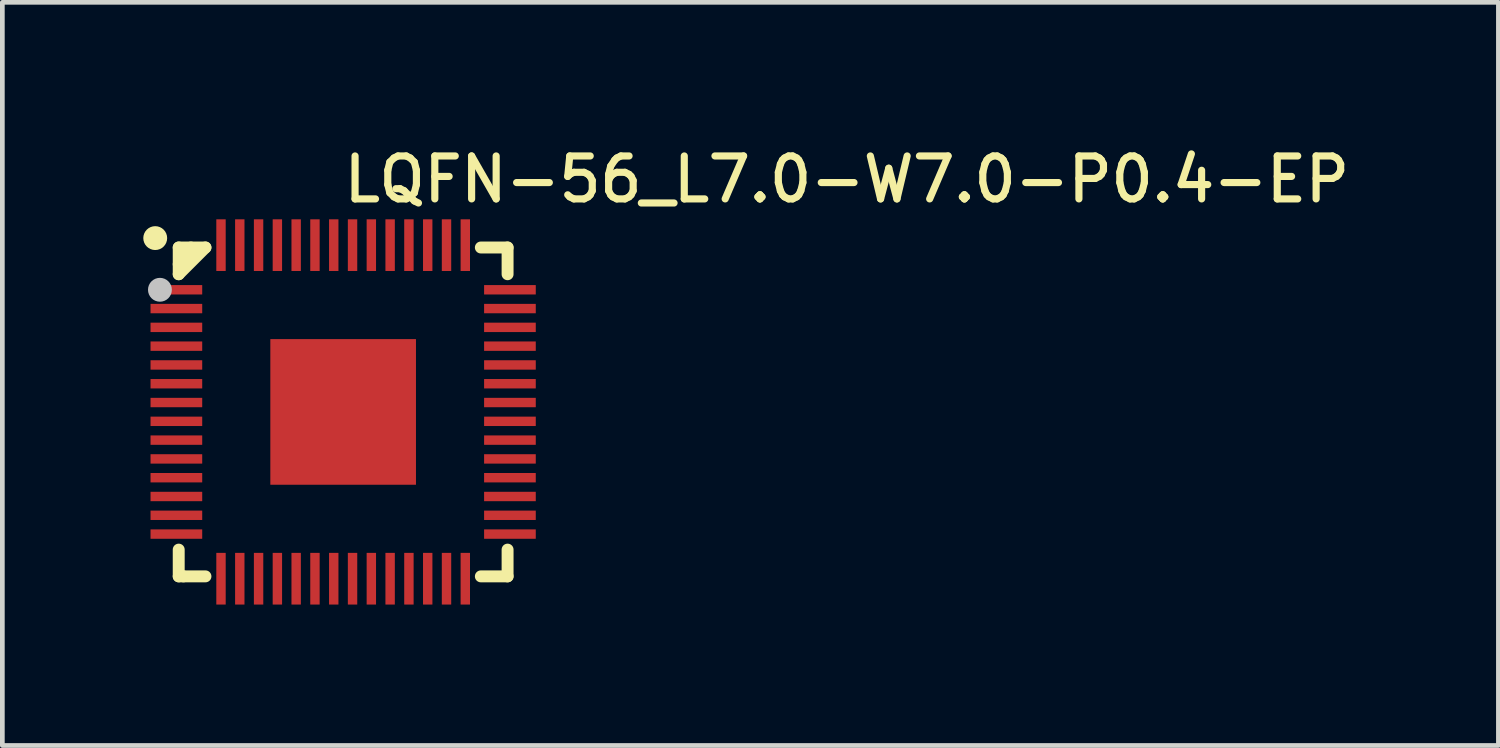
<source format=kicad_pcb>
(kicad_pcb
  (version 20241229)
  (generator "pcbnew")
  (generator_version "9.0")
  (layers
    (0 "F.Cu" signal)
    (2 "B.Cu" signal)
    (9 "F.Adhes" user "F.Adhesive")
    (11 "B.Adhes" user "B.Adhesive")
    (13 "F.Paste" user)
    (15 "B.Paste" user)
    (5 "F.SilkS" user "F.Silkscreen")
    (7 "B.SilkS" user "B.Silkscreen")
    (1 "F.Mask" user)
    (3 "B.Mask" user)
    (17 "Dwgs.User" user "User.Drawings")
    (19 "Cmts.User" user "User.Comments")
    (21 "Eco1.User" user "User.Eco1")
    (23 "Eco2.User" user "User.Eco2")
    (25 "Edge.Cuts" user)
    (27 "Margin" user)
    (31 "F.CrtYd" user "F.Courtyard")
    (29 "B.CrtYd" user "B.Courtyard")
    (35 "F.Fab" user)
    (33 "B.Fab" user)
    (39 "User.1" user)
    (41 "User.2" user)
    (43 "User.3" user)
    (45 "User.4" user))
  (footprint "LQFN-56_L7.0-W7.0-P0.4-EP"
    (layer "F.Cu")
    (at 4.254 5.718)
    (property "Reference" "LQFN-56_L7.0-W7.0-P0.4-EP" (at -0.064 -5.484 0) (layer "F.SilkS") (effects (font (size 0.914 0.914) (thickness 0.152)) (justify left top)))
    (attr smd)
    (fp_line (start -3.5 -3.5) (end -2.931 -3.5) (stroke (width 0.254) (type default)) (layer "F.SilkS"))
    (fp_line (start -3.5 -2.931) (end -3.5 -3.5) (stroke (width 0.254) (type default)) (layer "F.SilkS"))
    (fp_line (start -3.5 -2.931) (end -2.931 -3.5) (stroke (width 0.254) (type default)) (layer "F.SilkS"))
    (fp_line (start -3.5 3.5) (end -3.5 2.931) (stroke (width 0.254) (type default)) (layer "F.SilkS"))
    (fp_line (start -3.4 3.5) (end -3.5 3.5) (stroke (width 0.254) (type default)) (layer "F.SilkS"))
    (fp_line (start -3.241 -3.5) (end -3.241 -3.403) (stroke (width 0.254) (type default)) (layer "F.SilkS"))
    (fp_line (start -3.241 -3.403) (end -3.5 -3.144) (stroke (width 0.254) (type default)) (layer "F.SilkS"))
    (fp_line (start -2.931 3.5) (end -3.4 3.5) (stroke (width 0.254) (type default)) (layer "F.SilkS"))
    (fp_line (start 2.931 -3.5) (end 3.5 -3.5) (stroke (width 0.254) (type default)) (layer "F.SilkS"))
    (fp_line (start 3.5 -3.5) (end 3.5 -2.931) (stroke (width 0.254) (type default)) (layer "F.SilkS"))
    (fp_line (start 3.5 2.931) (end 3.5 3.5) (stroke (width 0.254) (type default)) (layer "F.SilkS"))
    (fp_line (start 3.5 3.5) (end 2.931 3.5) (stroke (width 0.254) (type default)) (layer "F.SilkS"))
    (fp_circle (center -4 -3.7) (end -3.873 -3.7) (stroke (width 0.254) (type default)) (fill no) (layer "F.SilkS"))
    (fp_circle (center -3.9 -2.6) (end -3.773 -2.6) (stroke (width 0.254) (type default)) (fill no) (layer "Dwgs.User"))
    (fp_circle (center -3.5 -3.5) (end -3.47 -3.5) (stroke (width 0.06) (type default)) (fill no) (layer "User.5"))
    (pad "1" smd rect (at -3.55 -2.6) (size 1.1 0.2) (layers "F.Cu" "F.Mask" "F.Paste"))
    (pad "2" smd rect (at -3.55 -2.2) (size 1.1 0.2) (layers "F.Cu" "F.Mask" "F.Paste"))
    (pad "3" smd rect (at -3.55 -1.8) (size 1.1 0.2) (layers "F.Cu" "F.Mask" "F.Paste"))
    (pad "4" smd rect (at -3.55 -1.4) (size 1.1 0.2) (layers "F.Cu" "F.Mask" "F.Paste"))
    (pad "5" smd rect (at -3.55 -1) (size 1.1 0.2) (layers "F.Cu" "F.Mask" "F.Paste"))
    (pad "6" smd rect (at -3.55 -0.6) (size 1.1 0.2) (layers "F.Cu" "F.Mask" "F.Paste"))
    (pad "7" smd rect (at -3.55 -0.2) (size 1.1 0.2) (layers "F.Cu" "F.Mask" "F.Paste"))
    (pad "8" smd rect (at -3.55 0.2) (size 1.1 0.2) (layers "F.Cu" "F.Mask" "F.Paste"))
    (pad "9" smd rect (at -3.55 0.6) (size 1.1 0.2) (layers "F.Cu" "F.Mask" "F.Paste"))
    (pad "10" smd rect (at -3.55 1) (size 1.1 0.2) (layers "F.Cu" "F.Mask" "F.Paste"))
    (pad "11" smd rect (at -3.55 1.4) (size 1.1 0.2) (layers "F.Cu" "F.Mask" "F.Paste"))
    (pad "12" smd rect (at -3.55 1.8) (size 1.1 0.2) (layers "F.Cu" "F.Mask" "F.Paste"))
    (pad "13" smd rect (at -3.55 2.2) (size 1.1 0.2) (layers "F.Cu" "F.Mask" "F.Paste"))
    (pad "14" smd rect (at -3.55 2.6) (size 1.1 0.2) (layers "F.Cu" "F.Mask" "F.Paste"))
    (pad "15" smd rect (at -2.6 3.55 90) (size 1.1 0.2) (layers "F.Cu" "F.Mask" "F.Paste"))
    (pad "16" smd rect (at -2.2 3.55 90) (size 1.1 0.2) (layers "F.Cu" "F.Mask" "F.Paste"))
    (pad "17" smd rect (at -1.8 3.55 90) (size 1.1 0.2) (layers "F.Cu" "F.Mask" "F.Paste"))
    (pad "18" smd rect (at -1.4 3.55 90) (size 1.1 0.2) (layers "F.Cu" "F.Mask" "F.Paste"))
    (pad "19" smd rect (at -1 3.55 90) (size 1.1 0.2) (layers "F.Cu" "F.Mask" "F.Paste"))
    (pad "20" smd rect (at -0.6 3.55 90) (size 1.1 0.2) (layers "F.Cu" "F.Mask" "F.Paste"))
    (pad "21" smd rect (at -0.2 3.55 90) (size 1.1 0.2) (layers "F.Cu" "F.Mask" "F.Paste"))
    (pad "22" smd rect (at 0.2 3.55 90) (size 1.1 0.2) (layers "F.Cu" "F.Mask" "F.Paste"))
    (pad "23" smd rect (at 0.6 3.55 90) (size 1.1 0.2) (layers "F.Cu" "F.Mask" "F.Paste"))
    (pad "24" smd rect (at 1 3.55 90) (size 1.1 0.2) (layers "F.Cu" "F.Mask" "F.Paste"))
    (pad "25" smd rect (at 1.4 3.55 90) (size 1.1 0.2) (layers "F.Cu" "F.Mask" "F.Paste"))
    (pad "26" smd rect (at 1.8 3.55 90) (size 1.1 0.2) (layers "F.Cu" "F.Mask" "F.Paste"))
    (pad "27" smd rect (at 2.2 3.55 90) (size 1.1 0.2) (layers "F.Cu" "F.Mask" "F.Paste"))
    (pad "28" smd rect (at 2.6 3.55 90) (size 1.1 0.2) (layers "F.Cu" "F.Mask" "F.Paste"))
    (pad "29" smd rect (at 3.55 2.6 180) (size 1.1 0.2) (layers "F.Cu" "F.Mask" "F.Paste"))
    (pad "30" smd rect (at 3.55 2.2 180) (size 1.1 0.2) (layers "F.Cu" "F.Mask" "F.Paste"))
    (pad "31" smd rect (at 3.55 1.8 180) (size 1.1 0.2) (layers "F.Cu" "F.Mask" "F.Paste"))
    (pad "32" smd rect (at 3.55 1.4 180) (size 1.1 0.2) (layers "F.Cu" "F.Mask" "F.Paste"))
    (pad "33" smd rect (at 3.55 1 180) (size 1.1 0.2) (layers "F.Cu" "F.Mask" "F.Paste"))
    (pad "34" smd rect (at 3.55 0.6 180) (size 1.1 0.2) (layers "F.Cu" "F.Mask" "F.Paste"))
    (pad "35" smd rect (at 3.55 0.2 180) (size 1.1 0.2) (layers "F.Cu" "F.Mask" "F.Paste"))
    (pad "36" smd rect (at 3.55 -0.2 180) (size 1.1 0.2) (layers "F.Cu" "F.Mask" "F.Paste"))
    (pad "37" smd rect (at 3.55 -0.6 180) (size 1.1 0.2) (layers "F.Cu" "F.Mask" "F.Paste"))
    (pad "38" smd rect (at 3.55 -1 180) (size 1.1 0.2) (layers "F.Cu" "F.Mask" "F.Paste"))
    (pad "39" smd rect (at 3.55 -1.4 180) (size 1.1 0.2) (layers "F.Cu" "F.Mask" "F.Paste"))
    (pad "40" smd rect (at 3.55 -1.8 180) (size 1.1 0.2) (layers "F.Cu" "F.Mask" "F.Paste"))
    (pad "41" smd rect (at 3.55 -2.2 180) (size 1.1 0.2) (layers "F.Cu" "F.Mask" "F.Paste"))
    (pad "42" smd rect (at 3.55 -2.6 180) (size 1.1 0.2) (layers "F.Cu" "F.Mask" "F.Paste"))
    (pad "43" smd rect (at 2.6 -3.55 270) (size 1.1 0.2) (layers "F.Cu" "F.Mask" "F.Paste"))
    (pad "44" smd rect (at 2.2 -3.55 270) (size 1.1 0.2) (layers "F.Cu" "F.Mask" "F.Paste"))
    (pad "45" smd rect (at 1.8 -3.55 270) (size 1.1 0.2) (layers "F.Cu" "F.Mask" "F.Paste"))
    (pad "46" smd rect (at 1.4 -3.55 270) (size 1.1 0.2) (layers "F.Cu" "F.Mask" "F.Paste"))
    (pad "47" smd rect (at 1 -3.55 270) (size 1.1 0.2) (layers "F.Cu" "F.Mask" "F.Paste"))
    (pad "48" smd rect (at 0.6 -3.55 270) (size 1.1 0.2) (layers "F.Cu" "F.Mask" "F.Paste"))
    (pad "49" smd rect (at 0.2 -3.55 270) (size 1.1 0.2) (layers "F.Cu" "F.Mask" "F.Paste"))
    (pad "50" smd rect (at -0.2 -3.55 270) (size 1.1 0.2) (layers "F.Cu" "F.Mask" "F.Paste"))
    (pad "51" smd rect (at -0.6 -3.55 270) (size 1.1 0.2) (layers "F.Cu" "F.Mask" "F.Paste"))
    (pad "52" smd rect (at -1 -3.55 270) (size 1.1 0.2) (layers "F.Cu" "F.Mask" "F.Paste"))
    (pad "53" smd rect (at -1.4 -3.55 270) (size 1.1 0.2) (layers "F.Cu" "F.Mask" "F.Paste"))
    (pad "54" smd rect (at -1.8 -3.55 270) (size 1.1 0.2) (layers "F.Cu" "F.Mask" "F.Paste"))
    (pad "55" smd rect (at -2.2 -3.55 270) (size 1.1 0.2) (layers "F.Cu" "F.Mask" "F.Paste"))
    (pad "56" smd rect (at -2.6 -3.55 270) (size 1.1 0.2) (layers "F.Cu" "F.Mask" "F.Paste"))
    (pad "57" smd rect (at 0 -0.0001) (size 3.1 3.1) (layers "F.Cu" "F.Mask" "F.Paste"))
    (zone (net_name "") (layer "F.Paste") (hatch edge 0.5) (priority 100) (connect_pads yes) (min_thickness 0) (filled_areas_thickness no) (fill yes) (polygon (pts (xy 0.154 3.018) (xy 0.154 3.218) (xy 1.254 3.218) (xy 1.254 3.018))) (filled_polygon (layer "F.Paste") (island) (pts (xy 0.154 3.018) (xy 0.154 3.218) (xy 1.254 3.218) (xy 1.254 3.018))))
    (zone (net_name "") (layer "F.Paste") (hatch edge 0.5) (priority 100) (connect_pads yes) (min_thickness 0) (filled_areas_thickness no) (fill yes) (polygon (pts (xy 0.154 3.418) (xy 0.154 3.618) (xy 1.254 3.618) (xy 1.254 3.418))) (filled_polygon (layer "F.Paste") (island) (pts (xy 0.154 3.418) (xy 0.154 3.618) (xy 1.254 3.618) (xy 1.254 3.418))))
    (zone (net_name "") (layer "F.Paste") (hatch edge 0.5) (priority 100) (connect_pads yes) (min_thickness 0) (filled_areas_thickness no) (fill yes) (polygon (pts (xy 0.154 3.818) (xy 0.154 4.018) (xy 1.254 4.018) (xy 1.254 3.818))) (filled_polygon (layer "F.Paste") (island) (pts (xy 0.154 3.818) (xy 0.154 4.018) (xy 1.254 4.018) (xy 1.254 3.818))))
    (zone (net_name "") (layer "F.Paste") (hatch edge 0.5) (priority 100) (connect_pads yes) (min_thickness 0) (filled_areas_thickness no) (fill yes) (polygon (pts (xy 0.154 4.218) (xy 0.154 4.418) (xy 1.254 4.418) (xy 1.254 4.218))) (filled_polygon (layer "F.Paste") (island) (pts (xy 0.154 4.218) (xy 0.154 4.418) (xy 1.254 4.418) (xy 1.254 4.218))))
    (zone (net_name "") (layer "F.Paste") (hatch edge 0.5) (priority 100) (connect_pads yes) (min_thickness 0) (filled_areas_thickness no) (fill yes) (polygon (pts (xy 0.154 4.618) (xy 0.154 4.818) (xy 1.254 4.818) (xy 1.254 4.618))) (filled_polygon (layer "F.Paste") (island) (pts (xy 0.154 4.618) (xy 0.154 4.818) (xy 1.254 4.818) (xy 1.254 4.618))))
    (zone (net_name "") (layer "F.Paste") (hatch edge 0.5) (priority 100) (connect_pads yes) (min_thickness 0) (filled_areas_thickness no) (fill yes) (polygon (pts (xy 0.154 5.018) (xy 0.154 5.218) (xy 1.254 5.218) (xy 1.254 5.018))) (filled_polygon (layer "F.Paste") (island) (pts (xy 0.154 5.018) (xy 0.154 5.218) (xy 1.254 5.218) (xy 1.254 5.018))))
    (zone (net_name "") (layer "F.Paste") (hatch edge 0.5) (priority 100) (connect_pads yes) (min_thickness 0) (filled_areas_thickness no) (fill yes) (polygon (pts (xy 0.154 5.418) (xy 0.154 5.618) (xy 1.254 5.618) (xy 1.254 5.418))) (filled_polygon (layer "F.Paste") (island) (pts (xy 0.154 5.418) (xy 0.154 5.618) (xy 1.254 5.618) (xy 1.254 5.418))))
    (zone (net_name "") (layer "F.Paste") (hatch edge 0.5) (priority 100) (connect_pads yes) (min_thickness 0) (filled_areas_thickness no) (fill yes) (polygon (pts (xy 0.154 6.218) (xy 0.154 6.418) (xy 1.254 6.418) (xy 1.254 6.218))) (filled_polygon (layer "F.Paste") (island) (pts (xy 0.154 6.218) (xy 0.154 6.418) (xy 1.254 6.418) (xy 1.254 6.218))))
    (zone (net_name "") (layer "F.Paste") (hatch edge 0.5) (priority 100) (connect_pads yes) (min_thickness 0) (filled_areas_thickness no) (fill yes) (polygon (pts (xy 0.154 6.618) (xy 0.154 6.818) (xy 1.254 6.818) (xy 1.254 6.618))) (filled_polygon (layer "F.Paste") (island) (pts (xy 0.154 6.618) (xy 0.154 6.818) (xy 1.254 6.818) (xy 1.254 6.618))))
    (zone (net_name "") (layer "F.Paste") (hatch edge 0.5) (priority 100) (connect_pads yes) (min_thickness 0) (filled_areas_thickness no) (fill yes) (polygon (pts (xy 0.154 7.018) (xy 0.154 7.218) (xy 1.254 7.218) (xy 1.254 7.018))) (filled_polygon (layer "F.Paste") (island) (pts (xy 0.154 7.018) (xy 0.154 7.218) (xy 1.254 7.218) (xy 1.254 7.018))))
    (zone (net_name "") (layer "F.Paste") (hatch edge 0.5) (priority 100) (connect_pads yes) (min_thickness 0) (filled_areas_thickness no) (fill yes) (polygon (pts (xy 0.154 7.418) (xy 0.154 7.618) (xy 1.254 7.618) (xy 1.254 7.418))) (filled_polygon (layer "F.Paste") (island) (pts (xy 0.154 7.418) (xy 0.154 7.618) (xy 1.254 7.618) (xy 1.254 7.418))))
    (zone (net_name "") (layer "F.Paste") (hatch edge 0.5) (priority 100) (connect_pads yes) (min_thickness 0) (filled_areas_thickness no) (fill yes) (polygon (pts (xy 0.154 7.818) (xy 0.154 8.018) (xy 1.254 8.018) (xy 1.254 7.818))) (filled_polygon (layer "F.Paste") (island) (pts (xy 0.154 7.818) (xy 0.154 8.018) (xy 1.254 8.018) (xy 1.254 7.818))))
    (zone (net_name "") (layer "F.Paste") (hatch edge 0.5) (priority 100) (connect_pads yes) (min_thickness 0) (filled_areas_thickness no) (fill yes) (polygon (pts (xy 0.154 8.218) (xy 0.154 8.418) (xy 1.254 8.418) (xy 1.254 8.218))) (filled_polygon (layer "F.Paste") (island) (pts (xy 0.154 8.218) (xy 0.154 8.418) (xy 1.254 8.418) (xy 1.254 8.218))))
    (zone (net_name "") (layer "F.Paste") (hatch edge 0.5) (priority 100) (connect_pads yes) (min_thickness 0) (filled_areas_thickness no) (fill yes) (polygon (pts (xy 1.254 6.018) (xy 1.254 5.818) (xy 0.154 5.818) (xy 0.154 6.018))) (filled_polygon (layer "F.Paste") (island) (pts (xy 1.254 6.018) (xy 1.254 5.818) (xy 0.154 5.818) (xy 0.154 6.018))))
    (zone (net_name "") (layer "F.Paste") (hatch edge 0.5) (priority 100) (connect_pads yes) (min_thickness 0) (filled_areas_thickness no) (fill yes) (polygon (pts (xy 1.754 2.718) (xy 1.754 1.618) (xy 1.554 1.618) (xy 1.554 2.718))) (filled_polygon (layer "F.Paste") (island) (pts (xy 1.754 2.718) (xy 1.754 1.618) (xy 1.554 1.618) (xy 1.554 2.718))))
    (zone (net_name "") (layer "F.Paste") (hatch edge 0.5) (priority 100) (connect_pads yes) (min_thickness 0) (filled_areas_thickness no) (fill yes) (polygon (pts (xy 1.754 9.818) (xy 1.754 8.718) (xy 1.554 8.718) (xy 1.554 9.818))) (filled_polygon (layer "F.Paste") (island) (pts (xy 1.754 9.818) (xy 1.754 8.718) (xy 1.554 8.718) (xy 1.554 9.818))))
    (zone (net_name "") (layer "F.Paste") (hatch edge 0.5) (priority 100) (connect_pads yes) (min_thickness 0) (filled_areas_thickness no) (fill yes) (polygon (pts (xy 2.154 2.718) (xy 2.154 1.618) (xy 1.954 1.618) (xy 1.954 2.718))) (filled_polygon (layer "F.Paste") (island) (pts (xy 2.154 2.718) (xy 2.154 1.618) (xy 1.954 1.618) (xy 1.954 2.718))))
    (zone (net_name "") (layer "F.Paste") (hatch edge 0.5) (priority 100) (connect_pads yes) (min_thickness 0) (filled_areas_thickness no) (fill yes) (polygon (pts (xy 2.154 9.818) (xy 2.154 8.718) (xy 1.954 8.718) (xy 1.954 9.818))) (filled_polygon (layer "F.Paste") (island) (pts (xy 2.154 9.818) (xy 2.154 8.718) (xy 1.954 8.718) (xy 1.954 9.818))))
    (zone (net_name "") (layer "F.Paste") (hatch edge 0.5) (priority 100) (connect_pads yes) (min_thickness 0) (filled_areas_thickness no) (fill yes) (polygon (pts (xy 2.354 8.718) (xy 2.354 9.818) (xy 2.554 9.818) (xy 2.554 8.718))) (filled_polygon (layer "F.Paste") (island) (pts (xy 2.354 8.718) (xy 2.354 9.818) (xy 2.554 9.818) (xy 2.554 8.718))))
    (zone (net_name "") (layer "F.Paste") (hatch edge 0.5) (priority 100) (connect_pads yes) (min_thickness 0) (filled_areas_thickness no) (fill yes) (polygon (pts (xy 2.554 2.718) (xy 2.554 1.618) (xy 2.354 1.618) (xy 2.354 2.718))) (filled_polygon (layer "F.Paste") (island) (pts (xy 2.554 2.718) (xy 2.554 1.618) (xy 2.354 1.618) (xy 2.354 2.718))))
    (zone (net_name "") (layer "F.Paste") (hatch edge 0.5) (priority 100) (connect_pads yes) (min_thickness 0) (filled_areas_thickness no) (fill yes) (polygon (pts (xy 2.754 8.718) (xy 2.754 9.818) (xy 2.954 9.818) (xy 2.954 8.718))) (filled_polygon (layer "F.Paste") (island) (pts (xy 2.754 8.718) (xy 2.754 9.818) (xy 2.954 9.818) (xy 2.954 8.718))))
    (zone (net_name "") (layer "F.Paste") (hatch edge 0.5) (priority 100) (connect_pads yes) (min_thickness 0) (filled_areas_thickness no) (fill yes) (polygon (pts (xy 2.954 2.718) (xy 2.954 1.618) (xy 2.754 1.618) (xy 2.754 2.718))) (filled_polygon (layer "F.Paste") (island) (pts (xy 2.954 2.718) (xy 2.954 1.618) (xy 2.754 1.618) (xy 2.754 2.718))))
    (zone (net_name "") (layer "F.Paste") (hatch edge 0.5) (priority 100) (connect_pads yes) (min_thickness 0) (filled_areas_thickness no) (fill yes) (polygon (pts (xy 3.014 4.478) (xy 5.494 4.478) (xy 5.494 6.958) (xy 3.014 6.958))) (filled_polygon (layer "F.Paste") (island) (pts (xy 3.014 4.478) (xy 5.494 4.478) (xy 5.494 6.958) (xy 3.014 6.958))))
    (zone (net_name "") (layer "F.Paste") (hatch edge 0.5) (priority 100) (connect_pads yes) (min_thickness 0) (filled_areas_thickness no) (fill yes) (polygon (pts (xy 3.154 1.618) (xy 3.154 2.718) (xy 3.354 2.718) (xy 3.354 1.618))) (filled_polygon (layer "F.Paste") (island) (pts (xy 3.154 1.618) (xy 3.154 2.718) (xy 3.354 2.718) (xy 3.354 1.618))))
    (zone (net_name "") (layer "F.Paste") (hatch edge 0.5) (priority 100) (connect_pads yes) (min_thickness 0) (filled_areas_thickness no) (fill yes) (polygon (pts (xy 3.154 8.718) (xy 3.154 9.818) (xy 3.354 9.818) (xy 3.354 8.718))) (filled_polygon (layer "F.Paste") (island) (pts (xy 3.154 8.718) (xy 3.154 9.818) (xy 3.354 9.818) (xy 3.354 8.718))))
    (zone (net_name "") (layer "F.Paste") (hatch edge 0.5) (priority 100) (connect_pads yes) (min_thickness 0) (filled_areas_thickness no) (fill yes) (polygon (pts (xy 3.554 8.718) (xy 3.554 9.818) (xy 3.754 9.818) (xy 3.754 8.718))) (filled_polygon (layer "F.Paste") (island) (pts (xy 3.554 8.718) (xy 3.554 9.818) (xy 3.754 9.818) (xy 3.754 8.718))))
    (zone (net_name "") (layer "F.Paste") (hatch edge 0.5) (priority 100) (connect_pads yes) (min_thickness 0) (filled_areas_thickness no) (fill yes) (polygon (pts (xy 3.754 2.718) (xy 3.754 1.618) (xy 3.554 1.618) (xy 3.554 2.718))) (filled_polygon (layer "F.Paste") (island) (pts (xy 3.754 2.718) (xy 3.754 1.618) (xy 3.554 1.618) (xy 3.554 2.718))))
    (zone (net_name "") (layer "F.Paste") (hatch edge 0.5) (priority 100) (connect_pads yes) (min_thickness 0) (filled_areas_thickness no) (fill yes) (polygon (pts (xy 3.954 8.718) (xy 3.954 9.818) (xy 4.154 9.818) (xy 4.154 8.718))) (filled_polygon (layer "F.Paste") (island) (pts (xy 3.954 8.718) (xy 3.954 9.818) (xy 4.154 9.818) (xy 4.154 8.718))))
    (zone (net_name "") (layer "F.Paste") (hatch edge 0.5) (priority 100) (connect_pads yes) (min_thickness 0) (filled_areas_thickness no) (fill yes) (polygon (pts (xy 4.154 2.718) (xy 4.154 1.618) (xy 3.954 1.618) (xy 3.954 2.718))) (filled_polygon (layer "F.Paste") (island) (pts (xy 4.154 2.718) (xy 4.154 1.618) (xy 3.954 1.618) (xy 3.954 2.718))))
    (zone (net_name "") (layer "F.Paste") (hatch edge 0.5) (priority 100) (connect_pads yes) (min_thickness 0) (filled_areas_thickness no) (fill yes) (polygon (pts (xy 4.554 2.718) (xy 4.554 1.618) (xy 4.354 1.618) (xy 4.354 2.718))) (filled_polygon (layer "F.Paste") (island) (pts (xy 4.554 2.718) (xy 4.554 1.618) (xy 4.354 1.618) (xy 4.354 2.718))))
    (zone (net_name "") (layer "F.Paste") (hatch edge 0.5) (priority 100) (connect_pads yes) (min_thickness 0) (filled_areas_thickness no) (fill yes) (polygon (pts (xy 4.554 9.818) (xy 4.554 8.718) (xy 4.354 8.718) (xy 4.354 9.818))) (filled_polygon (layer "F.Paste") (island) (pts (xy 4.554 9.818) (xy 4.554 8.718) (xy 4.354 8.718) (xy 4.354 9.818))))
    (zone (net_name "") (layer "F.Paste") (hatch edge 0.5) (priority 100) (connect_pads yes) (min_thickness 0) (filled_areas_thickness no) (fill yes) (polygon (pts (xy 4.954 2.718) (xy 4.954 1.618) (xy 4.754 1.618) (xy 4.754 2.718))) (filled_polygon (layer "F.Paste") (island) (pts (xy 4.954 2.718) (xy 4.954 1.618) (xy 4.754 1.618) (xy 4.754 2.718))))
    (zone (net_name "") (layer "F.Paste") (hatch edge 0.5) (priority 100) (connect_pads yes) (min_thickness 0) (filled_areas_thickness no) (fill yes) (polygon (pts (xy 4.954 9.818) (xy 4.954 8.718) (xy 4.754 8.718) (xy 4.754 9.818))) (filled_polygon (layer "F.Paste") (island) (pts (xy 4.954 9.818) (xy 4.954 8.718) (xy 4.754 8.718) (xy 4.754 9.818))))
    (zone (net_name "") (layer "F.Paste") (hatch edge 0.5) (priority 100) (connect_pads yes) (min_thickness 0) (filled_areas_thickness no) (fill yes) (polygon (pts (xy 5.154 8.718) (xy 5.154 9.818) (xy 5.354 9.818) (xy 5.354 8.718))) (filled_polygon (layer "F.Paste") (island) (pts (xy 5.154 8.718) (xy 5.154 9.818) (xy 5.354 9.818) (xy 5.354 8.718))))
    (zone (net_name "") (layer "F.Paste") (hatch edge 0.5) (priority 100) (connect_pads yes) (min_thickness 0) (filled_areas_thickness no) (fill yes) (polygon (pts (xy 5.354 2.718) (xy 5.354 1.618) (xy 5.154 1.618) (xy 5.154 2.718))) (filled_polygon (layer "F.Paste") (island) (pts (xy 5.354 2.718) (xy 5.354 1.618) (xy 5.154 1.618) (xy 5.154 2.718))))
    (zone (net_name "") (layer "F.Paste") (hatch edge 0.5) (priority 100) (connect_pads yes) (min_thickness 0) (filled_areas_thickness no) (fill yes) (polygon (pts (xy 5.554 8.718) (xy 5.554 9.818) (xy 5.754 9.818) (xy 5.754 8.718))) (filled_polygon (layer "F.Paste") (island) (pts (xy 5.554 8.718) (xy 5.554 9.818) (xy 5.754 9.818) (xy 5.754 8.718))))
    (zone (net_name "") (layer "F.Paste") (hatch edge 0.5) (priority 100) (connect_pads yes) (min_thickness 0) (filled_areas_thickness no) (fill yes) (polygon (pts (xy 5.754 2.718) (xy 5.754 1.618) (xy 5.554 1.618) (xy 5.554 2.718))) (filled_polygon (layer "F.Paste") (island) (pts (xy 5.754 2.718) (xy 5.754 1.618) (xy 5.554 1.618) (xy 5.554 2.718))))
    (zone (net_name "") (layer "F.Paste") (hatch edge 0.5) (priority 100) (connect_pads yes) (min_thickness 0) (filled_areas_thickness no) (fill yes) (polygon (pts (xy 5.954 8.718) (xy 5.954 9.818) (xy 6.154 9.818) (xy 6.154 8.718))) (filled_polygon (layer "F.Paste") (island) (pts (xy 5.954 8.718) (xy 5.954 9.818) (xy 6.154 9.818) (xy 6.154 8.718))))
    (zone (net_name "") (layer "F.Paste") (hatch edge 0.5) (priority 100) (connect_pads yes) (min_thickness 0) (filled_areas_thickness no) (fill yes) (polygon (pts (xy 6.154 2.718) (xy 6.154 1.618) (xy 5.954 1.618) (xy 5.954 2.718))) (filled_polygon (layer "F.Paste") (island) (pts (xy 6.154 2.718) (xy 6.154 1.618) (xy 5.954 1.618) (xy 5.954 2.718))))
    (zone (net_name "") (layer "F.Paste") (hatch edge 0.5) (priority 100) (connect_pads yes) (min_thickness 0) (filled_areas_thickness no) (fill yes) (polygon (pts (xy 6.354 1.618) (xy 6.354 2.718) (xy 6.554 2.718) (xy 6.554 1.618))) (filled_polygon (layer "F.Paste") (island) (pts (xy 6.354 1.618) (xy 6.354 2.718) (xy 6.554 2.718) (xy 6.554 1.618))))
    (zone (net_name "") (layer "F.Paste") (hatch edge 0.5) (priority 100) (connect_pads yes) (min_thickness 0) (filled_areas_thickness no) (fill yes) (polygon (pts (xy 6.354 8.718) (xy 6.354 9.818) (xy 6.554 9.818) (xy 6.554 8.718))) (filled_polygon (layer "F.Paste") (island) (pts (xy 6.354 8.718) (xy 6.354 9.818) (xy 6.554 9.818) (xy 6.554 8.718))))
    (zone (net_name "") (layer "F.Paste") (hatch edge 0.5) (priority 100) (connect_pads yes) (min_thickness 0) (filled_areas_thickness no) (fill yes) (polygon (pts (xy 6.754 1.618) (xy 6.754 2.718) (xy 6.954 2.718) (xy 6.954 1.618))) (filled_polygon (layer "F.Paste") (island) (pts (xy 6.754 1.618) (xy 6.754 2.718) (xy 6.954 2.718) (xy 6.954 1.618))))
    (zone (net_name "") (layer "F.Paste") (hatch edge 0.5) (priority 100) (connect_pads yes) (min_thickness 0) (filled_areas_thickness no) (fill yes) (polygon (pts (xy 6.754 8.718) (xy 6.754 9.818) (xy 6.954 9.818) (xy 6.954 8.718))) (filled_polygon (layer "F.Paste") (island) (pts (xy 6.754 8.718) (xy 6.754 9.818) (xy 6.954 9.818) (xy 6.954 8.718))))
    (zone (net_name "") (layer "F.Paste") (hatch edge 0.5) (priority 100) (connect_pads yes) (min_thickness 0) (filled_areas_thickness no) (fill yes) (polygon (pts (xy 7.254 5.418) (xy 7.254 5.618) (xy 8.354 5.618) (xy 8.354 5.418))) (filled_polygon (layer "F.Paste") (island) (pts (xy 7.254 5.418) (xy 7.254 5.618) (xy 8.354 5.618) (xy 8.354 5.418))))
    (zone (net_name "") (layer "F.Paste") (hatch edge 0.5) (priority 100) (connect_pads yes) (min_thickness 0) (filled_areas_thickness no) (fill yes) (polygon (pts (xy 7.254 8.218) (xy 7.254 8.418) (xy 8.354 8.418) (xy 8.354 8.218))) (filled_polygon (layer "F.Paste") (island) (pts (xy 7.254 8.218) (xy 7.254 8.418) (xy 8.354 8.418) (xy 8.354 8.218))))
    (zone (net_name "") (layer "F.Paste") (hatch edge 0.5) (priority 100) (connect_pads yes) (min_thickness 0) (filled_areas_thickness no) (fill yes) (polygon (pts (xy 8.354 3.218) (xy 8.354 3.018) (xy 7.254 3.018) (xy 7.254 3.218))) (filled_polygon (layer "F.Paste") (island) (pts (xy 8.354 3.218) (xy 8.354 3.018) (xy 7.254 3.018) (xy 7.254 3.218))))
    (zone (net_name "") (layer "F.Paste") (hatch edge 0.5) (priority 100) (connect_pads yes) (min_thickness 0) (filled_areas_thickness no) (fill yes) (polygon (pts (xy 8.354 3.618) (xy 8.354 3.418) (xy 7.254 3.418) (xy 7.254 3.618))) (filled_polygon (layer "F.Paste") (island) (pts (xy 8.354 3.618) (xy 8.354 3.418) (xy 7.254 3.418) (xy 7.254 3.618))))
    (zone (net_name "") (layer "F.Paste") (hatch edge 0.5) (priority 100) (connect_pads yes) (min_thickness 0) (filled_areas_thickness no) (fill yes) (polygon (pts (xy 8.354 4.018) (xy 8.354 3.818) (xy 7.254 3.818) (xy 7.254 4.018))) (filled_polygon (layer "F.Paste") (island) (pts (xy 8.354 4.018) (xy 8.354 3.818) (xy 7.254 3.818) (xy 7.254 4.018))))
    (zone (net_name "") (layer "F.Paste") (hatch edge 0.5) (priority 100) (connect_pads yes) (min_thickness 0) (filled_areas_thickness no) (fill yes) (polygon (pts (xy 8.354 4.418) (xy 8.354 4.218) (xy 7.254 4.218) (xy 7.254 4.418))) (filled_polygon (layer "F.Paste") (island) (pts (xy 8.354 4.418) (xy 8.354 4.218) (xy 7.254 4.218) (xy 7.254 4.418))))
    (zone (net_name "") (layer "F.Paste") (hatch edge 0.5) (priority 100) (connect_pads yes) (min_thickness 0) (filled_areas_thickness no) (fill yes) (polygon (pts (xy 8.354 4.818) (xy 8.354 4.618) (xy 7.254 4.618) (xy 7.254 4.818))) (filled_polygon (layer "F.Paste") (island) (pts (xy 8.354 4.818) (xy 8.354 4.618) (xy 7.254 4.618) (xy 7.254 4.818))))
    (zone (net_name "") (layer "F.Paste") (hatch edge 0.5) (priority 100) (connect_pads yes) (min_thickness 0) (filled_areas_thickness no) (fill yes) (polygon (pts (xy 8.354 5.218) (xy 8.354 5.018) (xy 7.254 5.018) (xy 7.254 5.218))) (filled_polygon (layer "F.Paste") (island) (pts (xy 8.354 5.218) (xy 8.354 5.018) (xy 7.254 5.018) (xy 7.254 5.218))))
    (zone (net_name "") (layer "F.Paste") (hatch edge 0.5) (priority 100) (connect_pads yes) (min_thickness 0) (filled_areas_thickness no) (fill yes) (polygon (pts (xy 8.354 6.018) (xy 8.354 5.818) (xy 7.254 5.818) (xy 7.254 6.018))) (filled_polygon (layer "F.Paste") (island) (pts (xy 8.354 6.018) (xy 8.354 5.818) (xy 7.254 5.818) (xy 7.254 6.018))))
    (zone (net_name "") (layer "F.Paste") (hatch edge 0.5) (priority 100) (connect_pads yes) (min_thickness 0) (filled_areas_thickness no) (fill yes) (polygon (pts (xy 8.354 6.418) (xy 8.354 6.218) (xy 7.254 6.218) (xy 7.254 6.418))) (filled_polygon (layer "F.Paste") (island) (pts (xy 8.354 6.418) (xy 8.354 6.218) (xy 7.254 6.218) (xy 7.254 6.418))))
    (zone (net_name "") (layer "F.Paste") (hatch edge 0.5) (priority 100) (connect_pads yes) (min_thickness 0) (filled_areas_thickness no) (fill yes) (polygon (pts (xy 8.354 6.818) (xy 8.354 6.618) (xy 7.254 6.618) (xy 7.254 6.818))) (filled_polygon (layer "F.Paste") (island) (pts (xy 8.354 6.818) (xy 8.354 6.618) (xy 7.254 6.618) (xy 7.254 6.818))))
    (zone (net_name "") (layer "F.Paste") (hatch edge 0.5) (priority 100) (connect_pads yes) (min_thickness 0) (filled_areas_thickness no) (fill yes) (polygon (pts (xy 8.354 7.218) (xy 8.354 7.018) (xy 7.254 7.018) (xy 7.254 7.218))) (filled_polygon (layer "F.Paste") (island) (pts (xy 8.354 7.218) (xy 8.354 7.018) (xy 7.254 7.018) (xy 7.254 7.218))))
    (zone (net_name "") (layer "F.Paste") (hatch edge 0.5) (priority 100) (connect_pads yes) (min_thickness 0) (filled_areas_thickness no) (fill yes) (polygon (pts (xy 8.354 7.618) (xy 8.354 7.418) (xy 7.254 7.418) (xy 7.254 7.618))) (filled_polygon (layer "F.Paste") (island) (pts (xy 8.354 7.618) (xy 8.354 7.418) (xy 7.254 7.418) (xy 7.254 7.618))))
    (zone (net_name "") (layer "F.Paste") (hatch edge 0.5) (priority 100) (connect_pads yes) (min_thickness 0) (filled_areas_thickness no) (fill yes) (polygon (pts (xy 8.354 8.018) (xy 8.354 7.818) (xy 7.254 7.818) (xy 7.254 8.018))) (filled_polygon (layer "F.Paste") (island) (pts (xy 8.354 8.018) (xy 8.354 7.818) (xy 7.254 7.818) (xy 7.254 8.018))))
    (zone (net_name "") (layer "User.3") (hatch edge 0.5) (priority 100) (connect_pads yes) (min_thickness 0) (filled_areas_thickness no) (fill yes) (polygon (pts (xy 7.754 9.218) (xy 0.754 9.218) (xy 0.754 2.218) (xy 7.754 2.218))) (filled_polygon (layer "User.3") (island) (pts (xy 7.754 9.218) (xy 0.754 9.218) (xy 0.754 2.218) (xy 7.754 2.218))))
    (zone (net_name "") (layer "User.4") (hatch edge 0.5) (priority 100) (connect_pads yes) (min_thickness 0) (filled_areas_thickness no) (fill yes) (polygon (pts (xy 0.754 3.018) (xy 1.254 3.018) (xy 1.254 3.218) (xy 0.754 3.218))) (filled_polygon (layer "User.4") (island) (pts (xy 0.754 3.018) (xy 1.254 3.018) (xy 1.254 3.218) (xy 0.754 3.218))))
    (zone (net_name "") (layer "User.4") (hatch edge 0.5) (priority 100) (connect_pads yes) (min_thickness 0) (filled_areas_thickness no) (fill yes) (polygon (pts (xy 0.754 3.418) (xy 1.254 3.418) (xy 1.254 3.618) (xy 0.754 3.618))) (filled_polygon (layer "User.4") (island) (pts (xy 0.754 3.418) (xy 1.254 3.418) (xy 1.254 3.618) (xy 0.754 3.618))))
    (zone (net_name "") (layer "User.4") (hatch edge 0.5) (priority 100) (connect_pads yes) (min_thickness 0) (filled_areas_thickness no) (fill yes) (polygon (pts (xy 0.754 3.818) (xy 1.254 3.818) (xy 1.254 4.018) (xy 0.754 4.018))) (filled_polygon (layer "User.4") (island) (pts (xy 0.754 3.818) (xy 1.254 3.818) (xy 1.254 4.018) (xy 0.754 4.018))))
    (zone (net_name "") (layer "User.4") (hatch edge 0.5) (priority 100) (connect_pads yes) (min_thickness 0) (filled_areas_thickness no) (fill yes) (polygon (pts (xy 0.754 4.218) (xy 1.254 4.218) (xy 1.254 4.418) (xy 0.754 4.418))) (filled_polygon (layer "User.4") (island) (pts (xy 0.754 4.218) (xy 1.254 4.218) (xy 1.254 4.418) (xy 0.754 4.418))))
    (zone (net_name "") (layer "User.4") (hatch edge 0.5) (priority 100) (connect_pads yes) (min_thickness 0) (filled_areas_thickness no) (fill yes) (polygon (pts (xy 0.754 4.618) (xy 1.254 4.618) (xy 1.254 4.818) (xy 0.754 4.818))) (filled_polygon (layer "User.4") (island) (pts (xy 0.754 4.618) (xy 1.254 4.618) (xy 1.254 4.818) (xy 0.754 4.818))))
    (zone (net_name "") (layer "User.4") (hatch edge 0.5) (priority 100) (connect_pads yes) (min_thickness 0) (filled_areas_thickness no) (fill yes) (polygon (pts (xy 0.754 5.018) (xy 1.254 5.018) (xy 1.254 5.218) (xy 0.754 5.218))) (filled_polygon (layer "User.4") (island) (pts (xy 0.754 5.018) (xy 1.254 5.018) (xy 1.254 5.218) (xy 0.754 5.218))))
    (zone (net_name "") (layer "User.4") (hatch edge 0.5) (priority 100) (connect_pads yes) (min_thickness 0) (filled_areas_thickness no) (fill yes) (polygon (pts (xy 0.754 5.418) (xy 1.254 5.418) (xy 1.254 5.618) (xy 0.754 5.618))) (filled_polygon (layer "User.4") (island) (pts (xy 0.754 5.418) (xy 1.254 5.418) (xy 1.254 5.618) (xy 0.754 5.618))))
    (zone (net_name "") (layer "User.4") (hatch edge 0.5) (priority 100) (connect_pads yes) (min_thickness 0) (filled_areas_thickness no) (fill yes) (polygon (pts (xy 0.754 5.818) (xy 1.254 5.818) (xy 1.254 6.018) (xy 0.754 6.018))) (filled_polygon (layer "User.4") (island) (pts (xy 0.754 5.818) (xy 1.254 5.818) (xy 1.254 6.018) (xy 0.754 6.018))))
    (zone (net_name "") (layer "User.4") (hatch edge 0.5) (priority 100) (connect_pads yes) (min_thickness 0) (filled_areas_thickness no) (fill yes) (polygon (pts (xy 0.754 6.218) (xy 1.254 6.218) (xy 1.254 6.418) (xy 0.754 6.418))) (filled_polygon (layer "User.4") (island) (pts (xy 0.754 6.218) (xy 1.254 6.218) (xy 1.254 6.418) (xy 0.754 6.418))))
    (zone (net_name "") (layer "User.4") (hatch edge 0.5) (priority 100) (connect_pads yes) (min_thickness 0) (filled_areas_thickness no) (fill yes) (polygon (pts (xy 0.754 6.618) (xy 1.254 6.618) (xy 1.254 6.818) (xy 0.754 6.818))) (filled_polygon (layer "User.4") (island) (pts (xy 0.754 6.618) (xy 1.254 6.618) (xy 1.254 6.818) (xy 0.754 6.818))))
    (zone (net_name "") (layer "User.4") (hatch edge 0.5) (priority 100) (connect_pads yes) (min_thickness 0) (filled_areas_thickness no) (fill yes) (polygon (pts (xy 0.754 7.018) (xy 1.254 7.018) (xy 1.254 7.218) (xy 0.754 7.218))) (filled_polygon (layer "User.4") (island) (pts (xy 0.754 7.018) (xy 1.254 7.018) (xy 1.254 7.218) (xy 0.754 7.218))))
    (zone (net_name "") (layer "User.4") (hatch edge 0.5) (priority 100) (connect_pads yes) (min_thickness 0) (filled_areas_thickness no) (fill yes) (polygon (pts (xy 0.754 7.418) (xy 1.254 7.418) (xy 1.254 7.618) (xy 0.754 7.618))) (filled_polygon (layer "User.4") (island) (pts (xy 0.754 7.418) (xy 1.254 7.418) (xy 1.254 7.618) (xy 0.754 7.618))))
    (zone (net_name "") (layer "User.4") (hatch edge 0.5) (priority 100) (connect_pads yes) (min_thickness 0) (filled_areas_thickness no) (fill yes) (polygon (pts (xy 0.754 7.818) (xy 1.254 7.818) (xy 1.254 8.018) (xy 0.754 8.018))) (filled_polygon (layer "User.4") (island) (pts (xy 0.754 7.818) (xy 1.254 7.818) (xy 1.254 8.018) (xy 0.754 8.018))))
    (zone (net_name "") (layer "User.4") (hatch edge 0.5) (priority 100) (connect_pads yes) (min_thickness 0) (filled_areas_thickness no) (fill yes) (polygon (pts (xy 0.754 8.218) (xy 1.254 8.218) (xy 1.254 8.418) (xy 0.754 8.418))) (filled_polygon (layer "User.4") (island) (pts (xy 0.754 8.218) (xy 1.254 8.218) (xy 1.254 8.418) (xy 0.754 8.418))))
    (zone (net_name "") (layer "User.4") (hatch edge 0.5) (priority 100) (connect_pads yes) (min_thickness 0) (filled_areas_thickness no) (fill yes) (polygon (pts (xy 1.554 2.718) (xy 1.554 2.218) (xy 1.754 2.218) (xy 1.754 2.718))) (filled_polygon (layer "User.4") (island) (pts (xy 1.554 2.718) (xy 1.554 2.218) (xy 1.754 2.218) (xy 1.754 2.718))))
    (zone (net_name "") (layer "User.4") (hatch edge 0.5) (priority 100) (connect_pads yes) (min_thickness 0) (filled_areas_thickness no) (fill yes) (polygon (pts (xy 1.754 8.718) (xy 1.754 9.218) (xy 1.554 9.218) (xy 1.554 8.718))) (filled_polygon (layer "User.4") (island) (pts (xy 1.754 8.718) (xy 1.754 9.218) (xy 1.554 9.218) (xy 1.554 8.718))))
    (zone (net_name "") (layer "User.4") (hatch edge 0.5) (priority 100) (connect_pads yes) (min_thickness 0) (filled_areas_thickness no) (fill yes) (polygon (pts (xy 1.954 2.718) (xy 1.954 2.218) (xy 2.154 2.218) (xy 2.154 2.718))) (filled_polygon (layer "User.4") (island) (pts (xy 1.954 2.718) (xy 1.954 2.218) (xy 2.154 2.218) (xy 2.154 2.718))))
    (zone (net_name "") (layer "User.4") (hatch edge 0.5) (priority 100) (connect_pads yes) (min_thickness 0) (filled_areas_thickness no) (fill yes) (polygon (pts (xy 2.154 8.718) (xy 2.154 9.218) (xy 1.954 9.218) (xy 1.954 8.718))) (filled_polygon (layer "User.4") (island) (pts (xy 2.154 8.718) (xy 2.154 9.218) (xy 1.954 9.218) (xy 1.954 8.718))))
    (zone (net_name "") (layer "User.4") (hatch edge 0.5) (priority 100) (connect_pads yes) (min_thickness 0) (filled_areas_thickness no) (fill yes) (polygon (pts (xy 2.354 2.718) (xy 2.354 2.218) (xy 2.554 2.218) (xy 2.554 2.718))) (filled_polygon (layer "User.4") (island) (pts (xy 2.354 2.718) (xy 2.354 2.218) (xy 2.554 2.218) (xy 2.554 2.718))))
    (zone (net_name "") (layer "User.4") (hatch edge 0.5) (priority 100) (connect_pads yes) (min_thickness 0) (filled_areas_thickness no) (fill yes) (polygon (pts (xy 2.554 8.718) (xy 2.554 9.218) (xy 2.354 9.218) (xy 2.354 8.718))) (filled_polygon (layer "User.4") (island) (pts (xy 2.554 8.718) (xy 2.554 9.218) (xy 2.354 9.218) (xy 2.354 8.718))))
    (zone (net_name "") (layer "User.4") (hatch edge 0.5) (priority 100) (connect_pads yes) (min_thickness 0) (filled_areas_thickness no) (fill yes) (polygon (pts (xy 2.704 4.168) (xy 5.804 4.168) (xy 5.804 7.268) (xy 2.704 7.268))) (filled_polygon (layer "User.4") (island) (pts (xy 2.704 4.168) (xy 5.804 4.168) (xy 5.804 7.268) (xy 2.704 7.268))))
    (zone (net_name "") (layer "User.4") (hatch edge 0.5) (priority 100) (connect_pads yes) (min_thickness 0) (filled_areas_thickness no) (fill yes) (polygon (pts (xy 2.754 2.718) (xy 2.754 2.218) (xy 2.954 2.218) (xy 2.954 2.718))) (filled_polygon (layer "User.4") (island) (pts (xy 2.754 2.718) (xy 2.754 2.218) (xy 2.954 2.218) (xy 2.954 2.718))))
    (zone (net_name "") (layer "User.4") (hatch edge 0.5) (priority 100) (connect_pads yes) (min_thickness 0) (filled_areas_thickness no) (fill yes) (polygon (pts (xy 2.954 8.718) (xy 2.954 9.218) (xy 2.754 9.218) (xy 2.754 8.718))) (filled_polygon (layer "User.4") (island) (pts (xy 2.954 8.718) (xy 2.954 9.218) (xy 2.754 9.218) (xy 2.754 8.718))))
    (zone (net_name "") (layer "User.4") (hatch edge 0.5) (priority 100) (connect_pads yes) (min_thickness 0) (filled_areas_thickness no) (fill yes) (polygon (pts (xy 3.154 2.718) (xy 3.154 2.218) (xy 3.354 2.218) (xy 3.354 2.718))) (filled_polygon (layer "User.4") (island) (pts (xy 3.154 2.718) (xy 3.154 2.218) (xy 3.354 2.218) (xy 3.354 2.718))))
    (zone (net_name "") (layer "User.4") (hatch edge 0.5) (priority 100) (connect_pads yes) (min_thickness 0) (filled_areas_thickness no) (fill yes) (polygon (pts (xy 3.354 8.718) (xy 3.354 9.218) (xy 3.154 9.218) (xy 3.154 8.718))) (filled_polygon (layer "User.4") (island) (pts (xy 3.354 8.718) (xy 3.354 9.218) (xy 3.154 9.218) (xy 3.154 8.718))))
    (zone (net_name "") (layer "User.4") (hatch edge 0.5) (priority 100) (connect_pads yes) (min_thickness 0) (filled_areas_thickness no) (fill yes) (polygon (pts (xy 3.554 2.718) (xy 3.554 2.218) (xy 3.754 2.218) (xy 3.754 2.718))) (filled_polygon (layer "User.4") (island) (pts (xy 3.554 2.718) (xy 3.554 2.218) (xy 3.754 2.218) (xy 3.754 2.718))))
    (zone (net_name "") (layer "User.4") (hatch edge 0.5) (priority 100) (connect_pads yes) (min_thickness 0) (filled_areas_thickness no) (fill yes) (polygon (pts (xy 3.754 8.718) (xy 3.754 9.218) (xy 3.554 9.218) (xy 3.554 8.718))) (filled_polygon (layer "User.4") (island) (pts (xy 3.754 8.718) (xy 3.754 9.218) (xy 3.554 9.218) (xy 3.554 8.718))))
    (zone (net_name "") (layer "User.4") (hatch edge 0.5) (priority 100) (connect_pads yes) (min_thickness 0) (filled_areas_thickness no) (fill yes) (polygon (pts (xy 3.954 2.718) (xy 3.954 2.218) (xy 4.154 2.218) (xy 4.154 2.718))) (filled_polygon (layer "User.4") (island) (pts (xy 3.954 2.718) (xy 3.954 2.218) (xy 4.154 2.218) (xy 4.154 2.718))))
    (zone (net_name "") (layer "User.4") (hatch edge 0.5) (priority 100) (connect_pads yes) (min_thickness 0) (filled_areas_thickness no) (fill yes) (polygon (pts (xy 4.154 8.718) (xy 4.154 9.218) (xy 3.954 9.218) (xy 3.954 8.718))) (filled_polygon (layer "User.4") (island) (pts (xy 4.154 8.718) (xy 4.154 9.218) (xy 3.954 9.218) (xy 3.954 8.718))))
    (zone (net_name "") (layer "User.4") (hatch edge 0.5) (priority 100) (connect_pads yes) (min_thickness 0) (filled_areas_thickness no) (fill yes) (polygon (pts (xy 4.354 2.718) (xy 4.354 2.218) (xy 4.554 2.218) (xy 4.554 2.718))) (filled_polygon (layer "User.4") (island) (pts (xy 4.354 2.718) (xy 4.354 2.218) (xy 4.554 2.218) (xy 4.554 2.718))))
    (zone (net_name "") (layer "User.4") (hatch edge 0.5) (priority 100) (connect_pads yes) (min_thickness 0) (filled_areas_thickness no) (fill yes) (polygon (pts (xy 4.554 8.718) (xy 4.554 9.218) (xy 4.354 9.218) (xy 4.354 8.718))) (filled_polygon (layer "User.4") (island) (pts (xy 4.554 8.718) (xy 4.554 9.218) (xy 4.354 9.218) (xy 4.354 8.718))))
    (zone (net_name "") (layer "User.4") (hatch edge 0.5) (priority 100) (connect_pads yes) (min_thickness 0) (filled_areas_thickness no) (fill yes) (polygon (pts (xy 4.754 2.718) (xy 4.754 2.218) (xy 4.954 2.218) (xy 4.954 2.718))) (filled_polygon (layer "User.4") (island) (pts (xy 4.754 2.718) (xy 4.754 2.218) (xy 4.954 2.218) (xy 4.954 2.718))))
    (zone (net_name "") (layer "User.4") (hatch edge 0.5) (priority 100) (connect_pads yes) (min_thickness 0) (filled_areas_thickness no) (fill yes) (polygon (pts (xy 4.954 8.718) (xy 4.954 9.218) (xy 4.754 9.218) (xy 4.754 8.718))) (filled_polygon (layer "User.4") (island) (pts (xy 4.954 8.718) (xy 4.954 9.218) (xy 4.754 9.218) (xy 4.754 8.718))))
    (zone (net_name "") (layer "User.4") (hatch edge 0.5) (priority 100) (connect_pads yes) (min_thickness 0) (filled_areas_thickness no) (fill yes) (polygon (pts (xy 5.154 2.718) (xy 5.154 2.218) (xy 5.354 2.218) (xy 5.354 2.718))) (filled_polygon (layer "User.4") (island) (pts (xy 5.154 2.718) (xy 5.154 2.218) (xy 5.354 2.218) (xy 5.354 2.718))))
    (zone (net_name "") (layer "User.4") (hatch edge 0.5) (priority 100) (connect_pads yes) (min_thickness 0) (filled_areas_thickness no) (fill yes) (polygon (pts (xy 5.354 8.718) (xy 5.354 9.218) (xy 5.154 9.218) (xy 5.154 8.718))) (filled_polygon (layer "User.4") (island) (pts (xy 5.354 8.718) (xy 5.354 9.218) (xy 5.154 9.218) (xy 5.154 8.718))))
    (zone (net_name "") (layer "User.4") (hatch edge 0.5) (priority 100) (connect_pads yes) (min_thickness 0) (filled_areas_thickness no) (fill yes) (polygon (pts (xy 5.554 2.718) (xy 5.554 2.218) (xy 5.754 2.218) (xy 5.754 2.718))) (filled_polygon (layer "User.4") (island) (pts (xy 5.554 2.718) (xy 5.554 2.218) (xy 5.754 2.218) (xy 5.754 2.718))))
    (zone (net_name "") (layer "User.4") (hatch edge 0.5) (priority 100) (connect_pads yes) (min_thickness 0) (filled_areas_thickness no) (fill yes) (polygon (pts (xy 5.754 8.718) (xy 5.754 9.218) (xy 5.554 9.218) (xy 5.554 8.718))) (filled_polygon (layer "User.4") (island) (pts (xy 5.754 8.718) (xy 5.754 9.218) (xy 5.554 9.218) (xy 5.554 8.718))))
    (zone (net_name "") (layer "User.4") (hatch edge 0.5) (priority 100) (connect_pads yes) (min_thickness 0) (filled_areas_thickness no) (fill yes) (polygon (pts (xy 5.954 2.718) (xy 5.954 2.218) (xy 6.154 2.218) (xy 6.154 2.718))) (filled_polygon (layer "User.4") (island) (pts (xy 5.954 2.718) (xy 5.954 2.218) (xy 6.154 2.218) (xy 6.154 2.718))))
    (zone (net_name "") (layer "User.4") (hatch edge 0.5) (priority 100) (connect_pads yes) (min_thickness 0) (filled_areas_thickness no) (fill yes) (polygon (pts (xy 6.154 8.718) (xy 6.154 9.218) (xy 5.954 9.218) (xy 5.954 8.718))) (filled_polygon (layer "User.4") (island) (pts (xy 6.154 8.718) (xy 6.154 9.218) (xy 5.954 9.218) (xy 5.954 8.718))))
    (zone (net_name "") (layer "User.4") (hatch edge 0.5) (priority 100) (connect_pads yes) (min_thickness 0) (filled_areas_thickness no) (fill yes) (polygon (pts (xy 6.354 2.718) (xy 6.354 2.218) (xy 6.554 2.218) (xy 6.554 2.718))) (filled_polygon (layer "User.4") (island) (pts (xy 6.354 2.718) (xy 6.354 2.218) (xy 6.554 2.218) (xy 6.554 2.718))))
    (zone (net_name "") (layer "User.4") (hatch edge 0.5) (priority 100) (connect_pads yes) (min_thickness 0) (filled_areas_thickness no) (fill yes) (polygon (pts (xy 6.554 8.718) (xy 6.554 9.218) (xy 6.354 9.218) (xy 6.354 8.718))) (filled_polygon (layer "User.4") (island) (pts (xy 6.554 8.718) (xy 6.554 9.218) (xy 6.354 9.218) (xy 6.354 8.718))))
    (zone (net_name "") (layer "User.4") (hatch edge 0.5) (priority 100) (connect_pads yes) (min_thickness 0) (filled_areas_thickness no) (fill yes) (polygon (pts (xy 6.754 2.718) (xy 6.754 2.218) (xy 6.954 2.218) (xy 6.954 2.718))) (filled_polygon (layer "User.4") (island) (pts (xy 6.754 2.718) (xy 6.754 2.218) (xy 6.954 2.218) (xy 6.954 2.718))))
    (zone (net_name "") (layer "User.4") (hatch edge 0.5) (priority 100) (connect_pads yes) (min_thickness 0) (filled_areas_thickness no) (fill yes) (polygon (pts (xy 6.954 8.718) (xy 6.954 9.218) (xy 6.754 9.218) (xy 6.754 8.718))) (filled_polygon (layer "User.4") (island) (pts (xy 6.954 8.718) (xy 6.954 9.218) (xy 6.754 9.218) (xy 6.754 8.718))))
    (zone (net_name "") (layer "User.4") (hatch edge 0.5) (priority 100) (connect_pads yes) (min_thickness 0) (filled_areas_thickness no) (fill yes) (polygon (pts (xy 7.754 3.218) (xy 7.254 3.218) (xy 7.254 3.018) (xy 7.754 3.018))) (filled_polygon (layer "User.4") (island) (pts (xy 7.754 3.218) (xy 7.254 3.218) (xy 7.254 3.018) (xy 7.754 3.018))))
    (zone (net_name "") (layer "User.4") (hatch edge 0.5) (priority 100) (connect_pads yes) (min_thickness 0) (filled_areas_thickness no) (fill yes) (polygon (pts (xy 7.754 3.618) (xy 7.254 3.618) (xy 7.254 3.418) (xy 7.754 3.418))) (filled_polygon (layer "User.4") (island) (pts (xy 7.754 3.618) (xy 7.254 3.618) (xy 7.254 3.418) (xy 7.754 3.418))))
    (zone (net_name "") (layer "User.4") (hatch edge 0.5) (priority 100) (connect_pads yes) (min_thickness 0) (filled_areas_thickness no) (fill yes) (polygon (pts (xy 7.754 4.018) (xy 7.254 4.018) (xy 7.254 3.818) (xy 7.754 3.818))) (filled_polygon (layer "User.4") (island) (pts (xy 7.754 4.018) (xy 7.254 4.018) (xy 7.254 3.818) (xy 7.754 3.818))))
    (zone (net_name "") (layer "User.4") (hatch edge 0.5) (priority 100) (connect_pads yes) (min_thickness 0) (filled_areas_thickness no) (fill yes) (polygon (pts (xy 7.754 4.418) (xy 7.254 4.418) (xy 7.254 4.218) (xy 7.754 4.218))) (filled_polygon (layer "User.4") (island) (pts (xy 7.754 4.418) (xy 7.254 4.418) (xy 7.254 4.218) (xy 7.754 4.218))))
    (zone (net_name "") (layer "User.4") (hatch edge 0.5) (priority 100) (connect_pads yes) (min_thickness 0) (filled_areas_thickness no) (fill yes) (polygon (pts (xy 7.754 4.818) (xy 7.254 4.818) (xy 7.254 4.618) (xy 7.754 4.618))) (filled_polygon (layer "User.4") (island) (pts (xy 7.754 4.818) (xy 7.254 4.818) (xy 7.254 4.618) (xy 7.754 4.618))))
    (zone (net_name "") (layer "User.4") (hatch edge 0.5) (priority 100) (connect_pads yes) (min_thickness 0) (filled_areas_thickness no) (fill yes) (polygon (pts (xy 7.754 5.218) (xy 7.254 5.218) (xy 7.254 5.018) (xy 7.754 5.018))) (filled_polygon (layer "User.4") (island) (pts (xy 7.754 5.218) (xy 7.254 5.218) (xy 7.254 5.018) (xy 7.754 5.018))))
    (zone (net_name "") (layer "User.4") (hatch edge 0.5) (priority 100) (connect_pads yes) (min_thickness 0) (filled_areas_thickness no) (fill yes) (polygon (pts (xy 7.754 5.618) (xy 7.254 5.618) (xy 7.254 5.418) (xy 7.754 5.418))) (filled_polygon (layer "User.4") (island) (pts (xy 7.754 5.618) (xy 7.254 5.618) (xy 7.254 5.418) (xy 7.754 5.418))))
    (zone (net_name "") (layer "User.4") (hatch edge 0.5) (priority 100) (connect_pads yes) (min_thickness 0) (filled_areas_thickness no) (fill yes) (polygon (pts (xy 7.754 6.018) (xy 7.254 6.018) (xy 7.254 5.818) (xy 7.754 5.818))) (filled_polygon (layer "User.4") (island) (pts (xy 7.754 6.018) (xy 7.254 6.018) (xy 7.254 5.818) (xy 7.754 5.818))))
    (zone (net_name "") (layer "User.4") (hatch edge 0.5) (priority 100) (connect_pads yes) (min_thickness 0) (filled_areas_thickness no) (fill yes) (polygon (pts (xy 7.754 6.418) (xy 7.254 6.418) (xy 7.254 6.218) (xy 7.754 6.218))) (filled_polygon (layer "User.4") (island) (pts (xy 7.754 6.418) (xy 7.254 6.418) (xy 7.254 6.218) (xy 7.754 6.218))))
    (zone (net_name "") (layer "User.4") (hatch edge 0.5) (priority 100) (connect_pads yes) (min_thickness 0) (filled_areas_thickness no) (fill yes) (polygon (pts (xy 7.754 6.818) (xy 7.254 6.818) (xy 7.254 6.618) (xy 7.754 6.618))) (filled_polygon (layer "User.4") (island) (pts (xy 7.754 6.818) (xy 7.254 6.818) (xy 7.254 6.618) (xy 7.754 6.618))))
    (zone (net_name "") (layer "User.4") (hatch edge 0.5) (priority 100) (connect_pads yes) (min_thickness 0) (filled_areas_thickness no) (fill yes) (polygon (pts (xy 7.754 7.218) (xy 7.254 7.218) (xy 7.254 7.018) (xy 7.754 7.018))) (filled_polygon (layer "User.4") (island) (pts (xy 7.754 7.218) (xy 7.254 7.218) (xy 7.254 7.018) (xy 7.754 7.018))))
    (zone (net_name "") (layer "User.4") (hatch edge 0.5) (priority 100) (connect_pads yes) (min_thickness 0) (filled_areas_thickness no) (fill yes) (polygon (pts (xy 7.754 7.618) (xy 7.254 7.618) (xy 7.254 7.418) (xy 7.754 7.418))) (filled_polygon (layer "User.4") (island) (pts (xy 7.754 7.618) (xy 7.254 7.618) (xy 7.254 7.418) (xy 7.754 7.418))))
    (zone (net_name "") (layer "User.4") (hatch edge 0.5) (priority 100) (connect_pads yes) (min_thickness 0) (filled_areas_thickness no) (fill yes) (polygon (pts (xy 7.754 8.018) (xy 7.254 8.018) (xy 7.254 7.818) (xy 7.754 7.818))) (filled_polygon (layer "User.4") (island) (pts (xy 7.754 8.018) (xy 7.254 8.018) (xy 7.254 7.818) (xy 7.754 7.818))))
    (zone (net_name "") (layer "User.4") (hatch edge 0.5) (priority 100) (connect_pads yes) (min_thickness 0) (filled_areas_thickness no) (fill yes) (polygon (pts (xy 7.754 8.418) (xy 7.254 8.418) (xy 7.254 8.218) (xy 7.754 8.218))) (filled_polygon (layer "User.4") (island) (pts (xy 7.754 8.418) (xy 7.254 8.418) (xy 7.254 8.218) (xy 7.754 8.218)))))
  (gr_rect
    (start -3 -3)
    (end 28.844 12.818)
    (stroke (width 0.1) (type default))
    (fill no)
    (layer "Edge.Cuts")))
</source>
